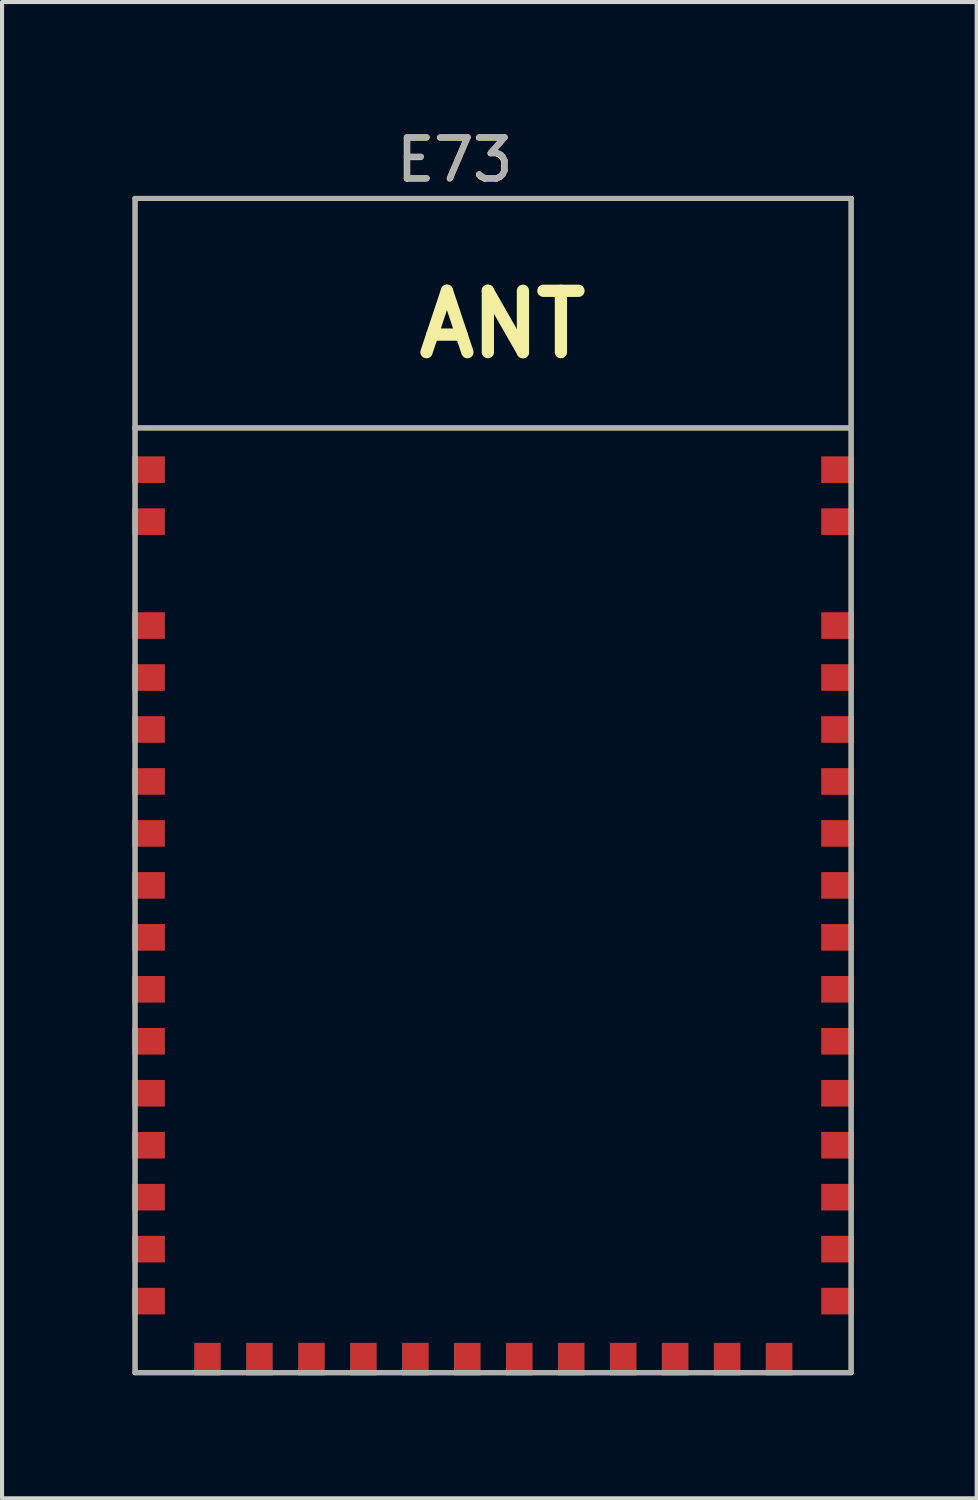
<source format=kicad_pcb>
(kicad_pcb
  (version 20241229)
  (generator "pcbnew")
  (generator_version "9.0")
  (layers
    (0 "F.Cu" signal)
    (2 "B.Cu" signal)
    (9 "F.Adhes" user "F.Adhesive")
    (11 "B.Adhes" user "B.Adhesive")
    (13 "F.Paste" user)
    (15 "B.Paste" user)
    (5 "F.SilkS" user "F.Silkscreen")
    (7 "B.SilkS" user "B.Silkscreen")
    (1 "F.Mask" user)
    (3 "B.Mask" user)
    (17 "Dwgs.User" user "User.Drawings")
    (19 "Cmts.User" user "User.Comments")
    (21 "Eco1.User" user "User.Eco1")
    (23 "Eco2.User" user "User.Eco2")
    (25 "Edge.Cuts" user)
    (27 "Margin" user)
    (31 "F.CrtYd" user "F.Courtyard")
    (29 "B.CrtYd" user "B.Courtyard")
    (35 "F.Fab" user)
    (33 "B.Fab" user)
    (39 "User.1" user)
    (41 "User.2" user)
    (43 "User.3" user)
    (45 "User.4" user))
  (footprint "E73"
    (layer "F.Cu")
    (at 0.25 1.798)
    (property "Reference" "E73" (at 7.81 -0.94 0) (unlocked yes) (layer "F.SilkS") (effects (font (size 1 1) (thickness 0.15))))
    (attr smd)
    (fp_line (start 0 28.7) (end 0 0) (stroke (width 0.12) (type solid)) (layer "F.SilkS"))
    (fp_line (start 17.49 5.61) (end -0.01 5.61) (stroke (width 0.12) (type solid)) (layer "F.SilkS"))
    (fp_line (start 17.5 0) (end 0 0) (stroke (width 0.12) (type solid)) (layer "F.SilkS"))
    (fp_line (start 17.5 28.7) (end 0 28.7) (stroke (width 0.12) (type solid)) (layer "F.SilkS"))
    (fp_line (start 17.5 28.7) (end 17.5 0) (stroke (width 0.12) (type solid)) (layer "F.SilkS"))
    (fp_line (start 0 28.7) (end 0 0) (stroke (width 0.12) (type solid)) (layer "F.Fab"))
    (fp_line (start 17.49 5.61) (end -0.01 5.61) (stroke (width 0.12) (type solid)) (layer "F.Fab"))
    (fp_line (start 17.5 0) (end 0 0) (stroke (width 0.12) (type solid)) (layer "F.Fab"))
    (fp_line (start 17.5 28.7) (end 0 28.7) (stroke (width 0.12) (type solid)) (layer "F.Fab"))
    (fp_line (start 17.5 28.7) (end 17.5 0) (stroke (width 0.12) (type solid)) (layer "F.Fab"))
    (fp_text user "ANT" (at 8.98 3.08 0) (unlocked yes) (layer "F.SilkS") (effects (font (size 1.5 1.5) (thickness 0.3))))
    (fp_text user "${REFERENCE}" (at 7.82 -0.95 0) (unlocked yes) (layer "F.Fab") (effects (font (size 1 1) (thickness 0.15))))
    (pad "0" smd rect (at 0.33 6.63 270) (size 0.65 0.8) (layers "F.Cu" "F.Mask" "F.Paste"))
    (pad "1" smd rect (at 0.33 7.9 270) (size 0.65 0.8) (layers "F.Cu" "F.Mask" "F.Paste"))
    (pad "2" smd rect (at 0.33 10.44 270) (size 0.65 0.8) (layers "F.Cu" "F.Mask" "F.Paste"))
    (pad "3" smd rect (at 0.33 11.71 270) (size 0.65 0.8) (layers "F.Cu" "F.Mask" "F.Paste"))
    (pad "4" smd rect (at 0.33 12.98 270) (size 0.65 0.8) (layers "F.Cu" "F.Mask" "F.Paste"))
    (pad "5" smd rect (at 0.33 14.25 270) (size 0.65 0.8) (layers "F.Cu" "F.Mask" "F.Paste"))
    (pad "6" smd rect (at 0.33 15.52 270) (size 0.65 0.8) (layers "F.Cu" "F.Mask" "F.Paste"))
    (pad "7" smd rect (at 0.33 16.79 270) (size 0.65 0.8) (layers "F.Cu" "F.Mask" "F.Paste"))
    (pad "8" smd rect (at 0.33 18.06 270) (size 0.65 0.8) (layers "F.Cu" "F.Mask" "F.Paste"))
    (pad "9" smd rect (at 0.33 19.33 270) (size 0.65 0.8) (layers "F.Cu" "F.Mask" "F.Paste"))
    (pad "10" smd rect (at 0.33 20.6 270) (size 0.65 0.8) (layers "F.Cu" "F.Mask" "F.Paste"))
    (pad "11" smd rect (at 0.33 21.87 270) (size 0.65 0.8) (layers "F.Cu" "F.Mask" "F.Paste"))
    (pad "12" smd rect (at 0.33 23.14 270) (size 0.65 0.8) (layers "F.Cu" "F.Mask" "F.Paste"))
    (pad "13" smd rect (at 0.33 24.41 270) (size 0.65 0.8) (layers "F.Cu" "F.Mask" "F.Paste"))
    (pad "14" smd rect (at 0.33 25.68 270) (size 0.65 0.8) (layers "F.Cu" "F.Mask" "F.Paste"))
    (pad "15" smd rect (at 0.33 26.95 270) (size 0.65 0.8) (layers "F.Cu" "F.Mask" "F.Paste"))
    (pad "16" smd rect (at 1.77 28.37) (size 0.65 0.8) (layers "F.Cu" "F.Mask" "F.Paste"))
    (pad "17" smd rect (at 3.04 28.37) (size 0.65 0.8) (layers "F.Cu" "F.Mask" "F.Paste"))
    (pad "18" smd rect (at 4.31 28.37) (size 0.65 0.8) (layers "F.Cu" "F.Mask" "F.Paste"))
    (pad "19" smd rect (at 5.58 28.37) (size 0.65 0.8) (layers "F.Cu" "F.Mask" "F.Paste"))
    (pad "20" smd rect (at 6.85 28.37) (size 0.65 0.8) (layers "F.Cu" "F.Mask" "F.Paste"))
    (pad "21" smd rect (at 8.12 28.37) (size 0.65 0.8) (layers "F.Cu" "F.Mask" "F.Paste"))
    (pad "22" smd rect (at 9.39 28.37) (size 0.65 0.8) (layers "F.Cu" "F.Mask" "F.Paste"))
    (pad "23" smd rect (at 10.66 28.37) (size 0.65 0.8) (layers "F.Cu" "F.Mask" "F.Paste"))
    (pad "24" smd rect (at 11.93 28.37) (size 0.65 0.8) (layers "F.Cu" "F.Mask" "F.Paste"))
    (pad "25" smd rect (at 13.2 28.37) (size 0.65 0.8) (layers "F.Cu" "F.Mask" "F.Paste"))
    (pad "26" smd rect (at 14.47 28.37) (size 0.65 0.8) (layers "F.Cu" "F.Mask" "F.Paste"))
    (pad "27" smd rect (at 15.74 28.37) (size 0.65 0.8) (layers "F.Cu" "F.Mask" "F.Paste"))
    (pad "28" smd rect (at 17.17 26.95 90) (size 0.65 0.8) (layers "F.Cu" "F.Mask" "F.Paste"))
    (pad "29" smd rect (at 17.17 25.68 90) (size 0.65 0.8) (layers "F.Cu" "F.Mask" "F.Paste"))
    (pad "30" smd rect (at 17.17 24.41 90) (size 0.65 0.8) (layers "F.Cu" "F.Mask" "F.Paste"))
    (pad "31" smd rect (at 17.17 23.14 90) (size 0.65 0.8) (layers "F.Cu" "F.Mask" "F.Paste"))
    (pad "32" smd rect (at 17.17 21.87 90) (size 0.65 0.8) (layers "F.Cu" "F.Mask" "F.Paste"))
    (pad "33" smd rect (at 17.17 20.6 90) (size 0.65 0.8) (layers "F.Cu" "F.Mask" "F.Paste"))
    (pad "34" smd rect (at 17.17 19.33 90) (size 0.65 0.8) (layers "F.Cu" "F.Mask" "F.Paste"))
    (pad "35" smd rect (at 17.17 18.06 90) (size 0.65 0.8) (layers "F.Cu" "F.Mask" "F.Paste"))
    (pad "36" smd rect (at 17.17 16.79 90) (size 0.65 0.8) (layers "F.Cu" "F.Mask" "F.Paste"))
    (pad "37" smd rect (at 17.17 15.52 90) (size 0.65 0.8) (layers "F.Cu" "F.Mask" "F.Paste"))
    (pad "38" smd rect (at 17.17 14.25 90) (size 0.65 0.8) (layers "F.Cu" "F.Mask" "F.Paste"))
    (pad "39" smd rect (at 17.17 12.98 90) (size 0.65 0.8) (layers "F.Cu" "F.Mask" "F.Paste"))
    (pad "40" smd rect (at 17.17 11.71 90) (size 0.65 0.8) (layers "F.Cu" "F.Mask" "F.Paste"))
    (pad "41" smd rect (at 17.17 10.44 90) (size 0.65 0.8) (layers "F.Cu" "F.Mask" "F.Paste"))
    (pad "42" smd rect (at 17.17 7.9 90) (size 0.65 0.8) (layers "F.Cu" "F.Mask" "F.Paste"))
    (pad "43" smd rect (at 17.17 6.63 90) (size 0.65 0.8) (layers "F.Cu" "F.Mask" "F.Paste")))
  (gr_rect
    (start -3 -3)
    (end 20.82 33.568)
    (stroke (width 0.1) (type default))
    (fill no)
    (layer "Edge.Cuts")))
</source>
